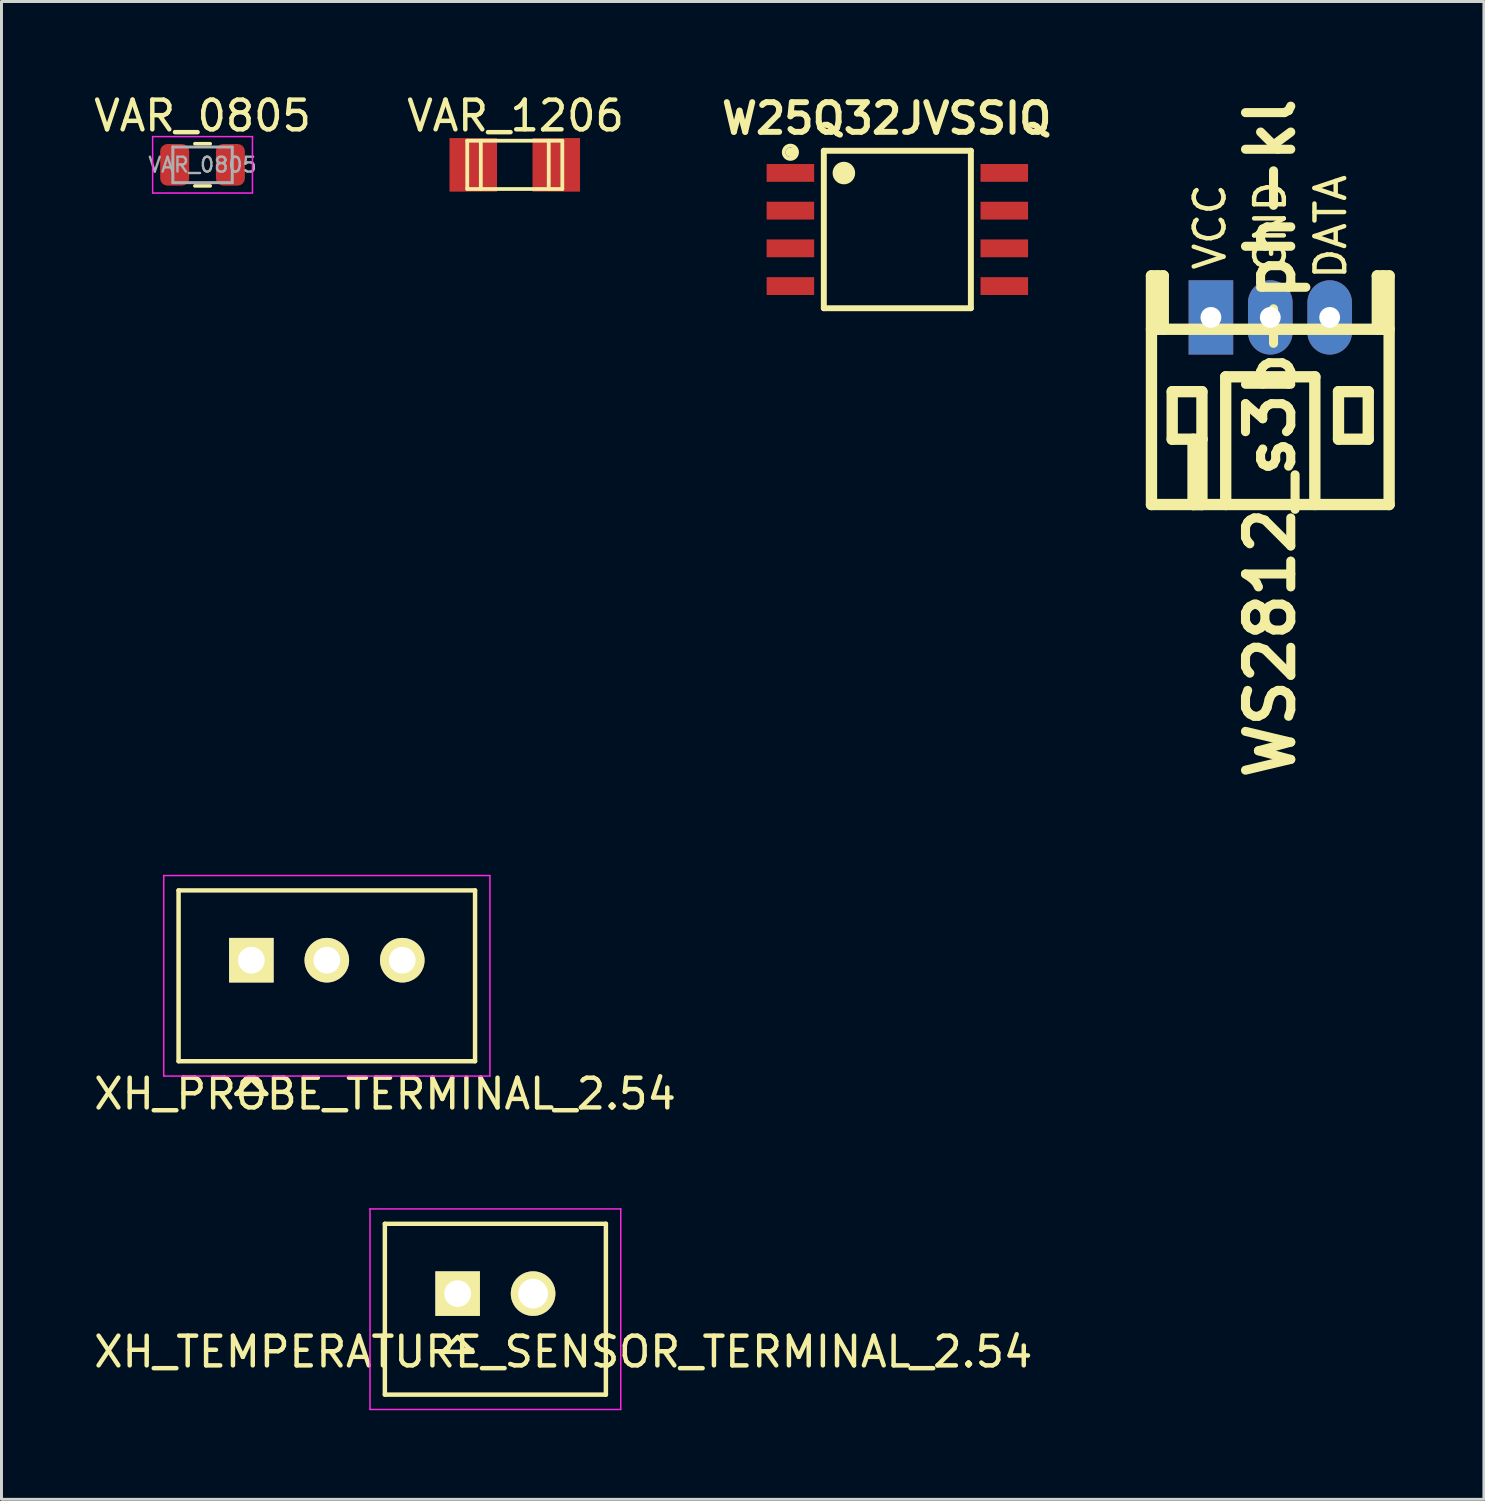
<source format=kicad_pcb>
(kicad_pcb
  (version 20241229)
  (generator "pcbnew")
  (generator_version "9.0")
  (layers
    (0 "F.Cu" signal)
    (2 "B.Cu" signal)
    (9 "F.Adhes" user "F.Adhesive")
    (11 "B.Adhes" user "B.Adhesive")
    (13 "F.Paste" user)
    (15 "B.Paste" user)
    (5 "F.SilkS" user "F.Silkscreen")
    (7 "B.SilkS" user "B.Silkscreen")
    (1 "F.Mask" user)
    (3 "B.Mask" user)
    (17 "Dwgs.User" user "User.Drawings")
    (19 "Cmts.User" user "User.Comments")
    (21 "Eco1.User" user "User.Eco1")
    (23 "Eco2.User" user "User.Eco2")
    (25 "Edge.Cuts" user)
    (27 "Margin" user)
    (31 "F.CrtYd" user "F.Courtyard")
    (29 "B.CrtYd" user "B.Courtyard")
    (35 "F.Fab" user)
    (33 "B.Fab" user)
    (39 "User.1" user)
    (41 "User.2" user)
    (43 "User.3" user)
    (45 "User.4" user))
  (footprint "VAR_0805"
    (layer "F.Cu")
    (at 3.768 2.498)
    (property "Reference" "VAR_0805" (at 0 -1.65 0) (layer "F.SilkS") (effects (font (size 1 1) (thickness 0.15))))
    (attr smd)
    (fp_line (start -0.259 -0.71) (end 0.259 -0.71) (stroke (width 0.12) (type solid)) (layer "F.SilkS"))
    (fp_line (start -0.259 0.71) (end 0.259 0.71) (stroke (width 0.12) (type solid)) (layer "F.SilkS"))
    (fp_line (start -1.68 -0.95) (end 1.68 -0.95) (stroke (width 0.05) (type solid)) (layer "F.CrtYd"))
    (fp_line (start -1.68 0.95) (end -1.68 -0.95) (stroke (width 0.05) (type solid)) (layer "F.CrtYd"))
    (fp_line (start 1.68 -0.95) (end 1.68 0.95) (stroke (width 0.05) (type solid)) (layer "F.CrtYd"))
    (fp_line (start 1.68 0.95) (end -1.68 0.95) (stroke (width 0.05) (type solid)) (layer "F.CrtYd"))
    (fp_line (start -1 -0.6) (end 1 -0.6) (stroke (width 0.1) (type solid)) (layer "F.Fab"))
    (fp_line (start -1 0.6) (end -1 -0.6) (stroke (width 0.1) (type solid)) (layer "F.Fab"))
    (fp_line (start 1 -0.6) (end 1 0.6) (stroke (width 0.1) (type solid)) (layer "F.Fab"))
    (fp_line (start 1 0.6) (end -1 0.6) (stroke (width 0.1) (type solid)) (layer "F.Fab"))
    (fp_text user "${REFERENCE}" (at 0 0 0) (layer "F.Fab") (effects (font (size 0.5 0.5) (thickness 0.08))))
    (pad "1" smd roundrect (at -0.938 0) (size 0.975 1.4) (layers "F.Cu" "F.Mask" "F.Paste") (roundrect_rratio 0.25))
    (pad "2" smd roundrect (at 0.938 0) (size 0.975 1.4) (layers "F.Cu" "F.Mask" "F.Paste") (roundrect_rratio 0.25)))
  (footprint "VAR_1206"
    (layer "F.Cu")
    (at 14.278 2.499)
    (property "Reference" "VAR_1206" (at 0.025 -1.651 0) (layer "F.SilkS") (effects (font (size 1 1) (thickness 0.15))))
    (attr through_hole)
    (fp_line (start -1.6 -0.813) (end -1.6 0.813) (stroke (width 0.127) (type solid)) (layer "F.SilkS"))
    (fp_line (start -1.6 0.813) (end 1.6 0.813) (stroke (width 0.127) (type solid)) (layer "F.SilkS"))
    (fp_line (start -1.143 -0.813) (end -1.143 0.813) (stroke (width 0.127) (type solid)) (layer "F.SilkS"))
    (fp_line (start 1.143 0.813) (end 1.143 -0.813) (stroke (width 0.127) (type solid)) (layer "F.SilkS"))
    (fp_line (start 1.6 -0.813) (end -1.6 -0.813) (stroke (width 0.127) (type solid)) (layer "F.SilkS"))
    (fp_line (start 1.6 0.813) (end 1.6 -0.813) (stroke (width 0.127) (type solid)) (layer "F.SilkS"))
    (pad "1" smd rect (at 1.397 0) (size 1.6 1.803) (layers "F.Cu" "F.Mask" "F.Paste"))
    (pad "2" smd rect (at -1.397 0) (size 1.6 1.803) (layers "F.Cu" "F.Mask" "F.Paste")))
  (footprint "XH_PROBE_TERMINAL_2.54"
    (layer "F.Cu")
    (at 5.411 29.272)
    (property "Reference" "XH_PROBE_TERMINAL_2.54" (at 4.5 4.5 0) (layer "F.SilkS") (effects (font (size 1 1) (thickness 0.15))))
    (attr through_hole)
    (fp_line (start -2.45 -2.35) (end -2.45 3.4) (stroke (width 0.15) (type solid)) (layer "F.SilkS"))
    (fp_line (start -2.45 -2.35) (end 7.53 -2.35) (stroke (width 0.15) (type solid)) (layer "F.SilkS"))
    (fp_line (start -2.45 3.4) (end 7.53 3.4) (stroke (width 0.15) (type solid)) (layer "F.SilkS"))
    (fp_line (start -0.5 4.5) (end 0.5 4.5) (stroke (width 0.15) (type solid)) (layer "F.SilkS"))
    (fp_line (start 0 4) (end -0.5 4.5) (stroke (width 0.15) (type solid)) (layer "F.SilkS"))
    (fp_line (start 0 4) (end 0.5 4.5) (stroke (width 0.15) (type solid)) (layer "F.SilkS"))
    (fp_line (start 7.53 -2.35) (end 7.53 3.4) (stroke (width 0.15) (type solid)) (layer "F.SilkS"))
    (fp_line (start -2.95 -2.85) (end -2.95 3.9) (stroke (width 0.05) (type solid)) (layer "F.CrtYd"))
    (fp_line (start -2.95 -2.85) (end 8.03 -2.85) (stroke (width 0.05) (type solid)) (layer "F.CrtYd"))
    (fp_line (start -2.95 3.9) (end 8.03 3.9) (stroke (width 0.05) (type solid)) (layer "F.CrtYd"))
    (fp_line (start 8.03 -2.85) (end 8.03 3.9) (stroke (width 0.05) (type solid)) (layer "F.CrtYd"))
    (pad "1" thru_hole rect (at 0 0) (size 1.5 1.5) (drill 0.9) (layers "*.Cu" "*.Mask" "F.SilkS"))
    (pad "2" thru_hole circle (at 2.54 0) (size 1.5 1.5) (drill 0.9) (layers "*.Cu" "*.Mask" "F.SilkS"))
    (pad "3" thru_hole circle (at 5.08 0) (size 1.5 1.5) (drill 0.9) (layers "*.Cu" "*.Mask" "F.SilkS")))
  (footprint "XH_TEMPERATURE_SENSOR_TERMINAL_2.54"
    (layer "F.Cu")
    (at 12.355 40.495)
    (property "Reference" "XH_TEMPERATURE_SENSOR_TERMINAL_2.54" (at 3.556 1.96 0) (layer "F.SilkS") (effects (font (size 1 1) (thickness 0.15))))
    (attr through_hole)
    (fp_line (start -2.45 -2.35) (end -2.45 3.4) (stroke (width 0.15) (type solid)) (layer "F.SilkS"))
    (fp_line (start -2.45 -2.35) (end 4.99 -2.35) (stroke (width 0.15) (type solid)) (layer "F.SilkS"))
    (fp_line (start -2.45 3.4) (end 4.99 3.4) (stroke (width 0.15) (type solid)) (layer "F.SilkS"))
    (fp_line (start -0.5 1.96) (end 0.5 1.96) (stroke (width 0.15) (type solid)) (layer "F.SilkS"))
    (fp_line (start 0 1.46) (end -0.5 1.96) (stroke (width 0.15) (type solid)) (layer "F.SilkS"))
    (fp_line (start 0 1.46) (end 0.5 1.96) (stroke (width 0.15) (type solid)) (layer "F.SilkS"))
    (fp_line (start 4.99 -2.35) (end 4.99 3.4) (stroke (width 0.15) (type solid)) (layer "F.SilkS"))
    (fp_line (start -2.95 -2.85) (end -2.95 3.9) (stroke (width 0.05) (type solid)) (layer "F.CrtYd"))
    (fp_line (start -2.95 -2.85) (end 5.49 -2.85) (stroke (width 0.05) (type solid)) (layer "F.CrtYd"))
    (fp_line (start -2.95 3.9) (end 5.49 3.9) (stroke (width 0.05) (type solid)) (layer "F.CrtYd"))
    (fp_line (start 5.49 -2.85) (end 5.49 3.9) (stroke (width 0.05) (type solid)) (layer "F.CrtYd"))
    (pad "1" thru_hole rect (at 0 0) (size 1.5 1.5) (drill 0.9) (layers "*.Cu" "*.Mask" "F.SilkS"))
    (pad "2" thru_hole circle (at 2.54 0) (size 1.5 1.5) (drill 1) (layers "*.Cu" "*.Mask" "F.SilkS")))
  (footprint "WS2812_s3b-ph-kl"
    (layer "F.Cu")
    (at 39.71 7.635)
    (property "Reference" "WS2812_s3b-ph-kl" (at 0 4.064 90) (layer "F.SilkS") (effects (font (size 1.524 1.524) (thickness 0.305))))
    (attr through_hole)
    (fp_line (start -4 -1.4) (end -4 6.299) (stroke (width 0.381) (type solid)) (layer "F.SilkS"))
    (fp_line (start -4 0.399) (end 4 0.399) (stroke (width 0.381) (type solid)) (layer "F.SilkS"))
    (fp_line (start -4 6.299) (end 4 6.299) (stroke (width 0.381) (type solid)) (layer "F.SilkS"))
    (fp_line (start -3.8 -1.4) (end -3.8 0.399) (stroke (width 0.381) (type solid)) (layer "F.SilkS"))
    (fp_line (start -3.602 -1.4) (end -4 -1.4) (stroke (width 0.381) (type solid)) (layer "F.SilkS"))
    (fp_line (start -3.602 0.399) (end -3.602 -1.4) (stroke (width 0.381) (type solid)) (layer "F.SilkS"))
    (fp_line (start -3.302 2.499) (end -2.301 2.499) (stroke (width 0.381) (type solid)) (layer "F.SilkS"))
    (fp_line (start -3.302 4.1) (end -3.302 2.499) (stroke (width 0.381) (type solid)) (layer "F.SilkS"))
    (fp_line (start -2.601 6.299) (end -2.601 4.1) (stroke (width 0.381) (type solid)) (layer "F.SilkS"))
    (fp_line (start -2.301 2.499) (end -2.301 4.1) (stroke (width 0.381) (type solid)) (layer "F.SilkS"))
    (fp_line (start -2.301 4.1) (end -3.302 4.1) (stroke (width 0.381) (type solid)) (layer "F.SilkS"))
    (fp_line (start -2.301 4.1) (end -2.301 6.299) (stroke (width 0.381) (type solid)) (layer "F.SilkS"))
    (fp_line (start -2.301 6.299) (end -2.601 6.299) (stroke (width 0.381) (type solid)) (layer "F.SilkS"))
    (fp_line (start -1.501 1.999) (end -1.501 6.299) (stroke (width 0.381) (type solid)) (layer "F.SilkS"))
    (fp_line (start -1.501 1.999) (end 1.501 1.999) (stroke (width 0.381) (type solid)) (layer "F.SilkS"))
    (fp_line (start 1.499 1.999) (end 1.499 6.299) (stroke (width 0.381) (type solid)) (layer "F.SilkS"))
    (fp_line (start 2.296 2.499) (end 3.297 2.499) (stroke (width 0.381) (type solid)) (layer "F.SilkS"))
    (fp_line (start 2.296 4.1) (end 2.296 2.499) (stroke (width 0.381) (type solid)) (layer "F.SilkS"))
    (fp_line (start 3.297 2.499) (end 3.297 4.1) (stroke (width 0.381) (type solid)) (layer "F.SilkS"))
    (fp_line (start 3.297 4.1) (end 2.296 4.1) (stroke (width 0.381) (type solid)) (layer "F.SilkS"))
    (fp_line (start 3.602 -1.4) (end 3.602 0.399) (stroke (width 0.381) (type solid)) (layer "F.SilkS"))
    (fp_line (start 3.8 -1.4) (end 3.8 0.399) (stroke (width 0.381) (type solid)) (layer "F.SilkS"))
    (fp_line (start 4 -1.4) (end 3.602 -1.4) (stroke (width 0.381) (type solid)) (layer "F.SilkS"))
    (fp_line (start 4 6.299) (end 4 -1.4) (stroke (width 0.381) (type solid)) (layer "F.SilkS"))
    (fp_text user "DATA" (at 2.032 -3.048 90) (layer "F.SilkS") (effects (font (size 1 1) (thickness 0.15))))
    (fp_text user "VCC" (at -2.032 -3.048 90) (layer "F.SilkS") (effects (font (size 1 1) (thickness 0.15))))
    (fp_text user "GND" (at 0 -3.048 90) (layer "F.SilkS") (effects (font (size 1 1) (thickness 0.15))))
    (pad "1" thru_hole rect (at -1.999 0) (size 1.5 2.5) (drill 0.701) (layers "*.Cu" "*.Mask"))
    (pad "2" thru_hole oval (at 0 0) (size 1.5 2.5) (drill 0.701) (layers "*.Cu" "*.Mask"))
    (pad "3" thru_hole oval (at 1.999 0) (size 1.5 2.5) (drill 0.701) (layers "*.Cu" "*.Mask")))
  (footprint "W25Q32JVSSIQ"
    (layer "F.Cu")
    (at 27.156 4.675)
    (property "Reference" "W25Q32JVSSIQ" (at -0.36 -3.739 0) (layer "F.SilkS") (effects (font (size 1 1) (thickness 0.2))))
    (attr smd)
    (fp_line (start -2.475 -2.65) (end 2.475 -2.65) (stroke (width 0.2) (type solid)) (layer "F.SilkS"))
    (fp_line (start -2.475 2.65) (end -2.475 -2.65) (stroke (width 0.2) (type solid)) (layer "F.SilkS"))
    (fp_line (start 2.475 -2.65) (end 2.475 2.65) (stroke (width 0.2) (type solid)) (layer "F.SilkS"))
    (fp_line (start 2.475 2.65) (end -2.475 2.65) (stroke (width 0.2) (type solid)) (layer "F.SilkS"))
    (fp_circle (center -3.6 -2.6) (end -3.5 -2.6) (stroke (width 0.127) (type solid)) (fill no) (layer "F.SilkS"))
    (fp_circle (center -3.6 -2.6) (end -3.376 -2.6) (stroke (width 0.127) (type solid)) (fill no) (layer "F.SilkS"))
    (fp_circle (center -3.5 -2.6) (end -3.4 -2.6) (stroke (width 0.127) (type solid)) (fill no) (layer "F.SilkS"))
    (fp_circle (center -1.8 -1.9) (end -1.7 -1.9) (stroke (width 0.127) (type solid)) (fill no) (layer "F.SilkS"))
    (fp_circle (center -1.8 -1.9) (end -1.659 -1.9) (stroke (width 0.127) (type solid)) (fill no) (layer "F.SilkS"))
    (fp_circle (center -1.8 -1.9) (end -1.576 -1.9) (stroke (width 0.127) (type solid)) (fill no) (layer "F.SilkS"))
    (fp_circle (center -1.8 -1.9) (end -1.484 -1.9) (stroke (width 0.127) (type solid)) (fill no) (layer "F.SilkS"))
    (fp_circle (center -1.8 -1.8) (end -1.7 -1.8) (stroke (width 0.127) (type solid)) (fill no) (layer "F.SilkS"))
    (fp_line (start -4.65 -2.95) (end 4.65 -2.95) (stroke (width 0.05) (type solid)) (layer "Eco1.User"))
    (fp_line (start -4.65 2.95) (end -4.65 -2.95) (stroke (width 0.05) (type solid)) (layer "Eco1.User"))
    (fp_line (start 4.65 -2.95) (end 4.65 2.95) (stroke (width 0.05) (type solid)) (layer "Eco1.User"))
    (fp_line (start 4.65 2.95) (end -4.65 2.95) (stroke (width 0.05) (type solid)) (layer "Eco1.User"))
    (pad "1" smd rect (at -3.6 -1.905) (size 1.6 0.6) (layers "F.Cu" "F.Mask" "F.Paste"))
    (pad "2" smd rect (at -3.6 -0.635) (size 1.6 0.6) (layers "F.Cu" "F.Mask" "F.Paste"))
    (pad "3" smd rect (at -3.6 0.635) (size 1.6 0.6) (layers "F.Cu" "F.Mask" "F.Paste"))
    (pad "4" smd rect (at -3.6 1.905) (size 1.6 0.6) (layers "F.Cu" "F.Mask" "F.Paste"))
    (pad "5" smd rect (at 3.6 1.905 180) (size 1.6 0.6) (layers "F.Cu" "F.Mask" "F.Paste"))
    (pad "6" smd rect (at 3.6 0.635 180) (size 1.6 0.6) (layers "F.Cu" "F.Mask" "F.Paste"))
    (pad "7" smd rect (at 3.6 -0.635 180) (size 1.6 0.6) (layers "F.Cu" "F.Mask" "F.Paste"))
    (pad "8" smd rect (at 3.6 -1.905 180) (size 1.6 0.6) (layers "F.Cu" "F.Mask" "F.Paste")))
  (gr_rect
    (start -3 -3)
    (end 46.901 47.42)
    (stroke (width 0.1) (type default))
    (fill no)
    (layer "Edge.Cuts")))
</source>
